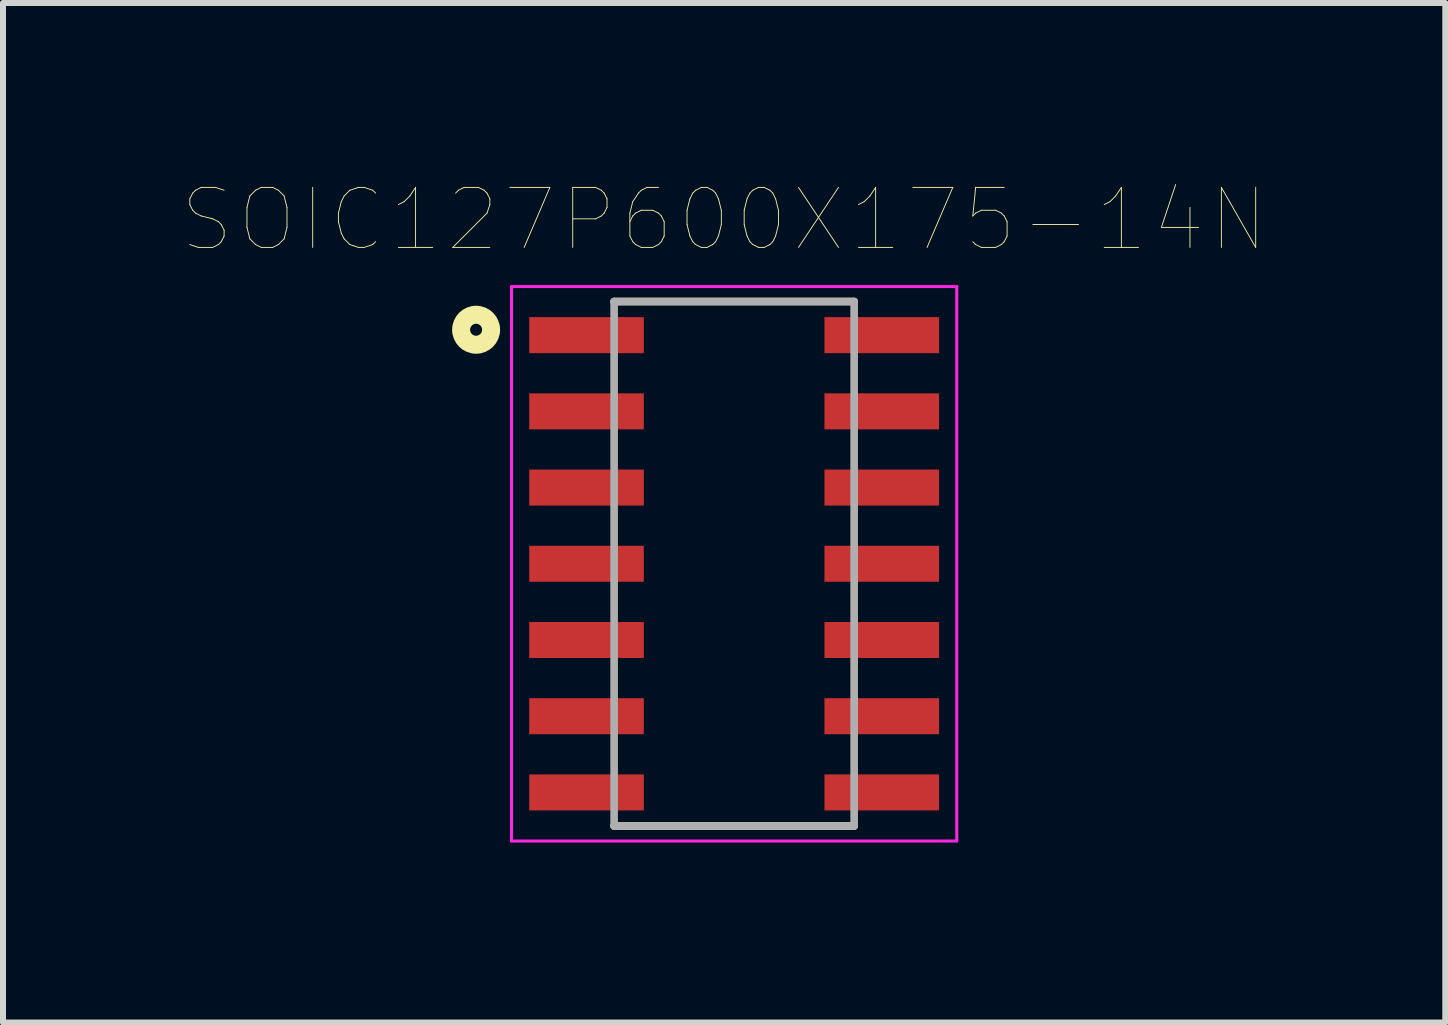
<source format=kicad_pcb>
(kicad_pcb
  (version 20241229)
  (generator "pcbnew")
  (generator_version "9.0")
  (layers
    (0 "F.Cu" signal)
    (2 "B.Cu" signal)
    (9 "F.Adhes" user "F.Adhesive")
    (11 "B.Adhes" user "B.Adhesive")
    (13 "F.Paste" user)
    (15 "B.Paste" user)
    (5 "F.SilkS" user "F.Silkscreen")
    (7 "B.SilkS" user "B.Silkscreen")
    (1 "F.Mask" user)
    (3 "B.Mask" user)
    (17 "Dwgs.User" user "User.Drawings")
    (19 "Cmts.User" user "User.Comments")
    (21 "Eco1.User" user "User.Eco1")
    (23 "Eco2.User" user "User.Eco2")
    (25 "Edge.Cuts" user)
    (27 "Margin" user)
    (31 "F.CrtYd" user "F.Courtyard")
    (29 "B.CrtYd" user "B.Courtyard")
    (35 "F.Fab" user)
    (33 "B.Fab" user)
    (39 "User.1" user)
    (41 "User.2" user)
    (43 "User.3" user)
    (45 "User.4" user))
  (footprint "SOIC127P600X175-14N"
    (layer "F.Cu")
    (at 9.184 6.345)
    (property "Reference" "SOIC127P600X175-14N" (at -0.166 -5.734 0) (layer "F.SilkS") (effects (font (size 1 1) (thickness 0.015))))
    (attr through_hole)
    (fp_line (start -2 -4.37) (end 2 -4.37) (stroke (width 0.127) (type solid)) (layer "F.SilkS"))
    (fp_line (start 2 4.37) (end -2 4.37) (stroke (width 0.127) (type solid)) (layer "F.SilkS"))
    (fp_circle (center -4.3 -3.9) (end -4.2 -3.9) (stroke (width 0.3) (type solid)) (fill no) (layer "F.SilkS"))
    (fp_line (start -3.71 -4.62) (end 3.71 -4.62) (stroke (width 0.05) (type solid)) (layer "F.CrtYd"))
    (fp_line (start -3.71 4.62) (end -3.71 -4.62) (stroke (width 0.05) (type solid)) (layer "F.CrtYd"))
    (fp_line (start 3.71 -4.62) (end 3.71 4.62) (stroke (width 0.05) (type solid)) (layer "F.CrtYd"))
    (fp_line (start 3.71 4.62) (end -3.71 4.62) (stroke (width 0.05) (type solid)) (layer "F.CrtYd"))
    (fp_line (start -2 -4.37) (end 2 -4.37) (stroke (width 0.127) (type solid)) (layer "F.Fab"))
    (fp_line (start -2 4.37) (end -2 -4.37) (stroke (width 0.127) (type solid)) (layer "F.Fab"))
    (fp_line (start 2 -4.37) (end 2 4.37) (stroke (width 0.127) (type solid)) (layer "F.Fab"))
    (fp_line (start 2 4.37) (end -2 4.37) (stroke (width 0.127) (type solid)) (layer "F.Fab"))
    (pad "1" smd rect (at -2.46 -3.81) (size 1.91 0.6) (layers "F.Cu" "F.Mask" "F.Paste"))
    (pad "2" smd rect (at -2.46 -2.54) (size 1.91 0.6) (layers "F.Cu" "F.Mask" "F.Paste"))
    (pad "3" smd rect (at -2.46 -1.27) (size 1.91 0.6) (layers "F.Cu" "F.Mask" "F.Paste"))
    (pad "4" smd rect (at -2.46 0) (size 1.91 0.6) (layers "F.Cu" "F.Mask" "F.Paste"))
    (pad "5" smd rect (at -2.46 1.27) (size 1.91 0.6) (layers "F.Cu" "F.Mask" "F.Paste"))
    (pad "6" smd rect (at -2.46 2.54) (size 1.91 0.6) (layers "F.Cu" "F.Mask" "F.Paste"))
    (pad "7" smd rect (at -2.46 3.81) (size 1.91 0.6) (layers "F.Cu" "F.Mask" "F.Paste"))
    (pad "8" smd rect (at 2.46 3.81) (size 1.91 0.6) (layers "F.Cu" "F.Mask" "F.Paste"))
    (pad "9" smd rect (at 2.46 2.54) (size 1.91 0.6) (layers "F.Cu" "F.Mask" "F.Paste"))
    (pad "10" smd rect (at 2.46 1.27) (size 1.91 0.6) (layers "F.Cu" "F.Mask" "F.Paste"))
    (pad "11" smd rect (at 2.46 0) (size 1.91 0.6) (layers "F.Cu" "F.Mask" "F.Paste"))
    (pad "12" smd rect (at 2.46 -1.27) (size 1.91 0.6) (layers "F.Cu" "F.Mask" "F.Paste"))
    (pad "13" smd rect (at 2.46 -2.54) (size 1.91 0.6) (layers "F.Cu" "F.Mask" "F.Paste"))
    (pad "14" smd rect (at 2.46 -3.81) (size 1.91 0.6) (layers "F.Cu" "F.Mask" "F.Paste")))
  (gr_rect
    (start -3 -3)
    (end 21.035 13.99)
    (stroke (width 0.1) (type default))
    (fill no)
    (layer "Edge.Cuts")))
</source>
